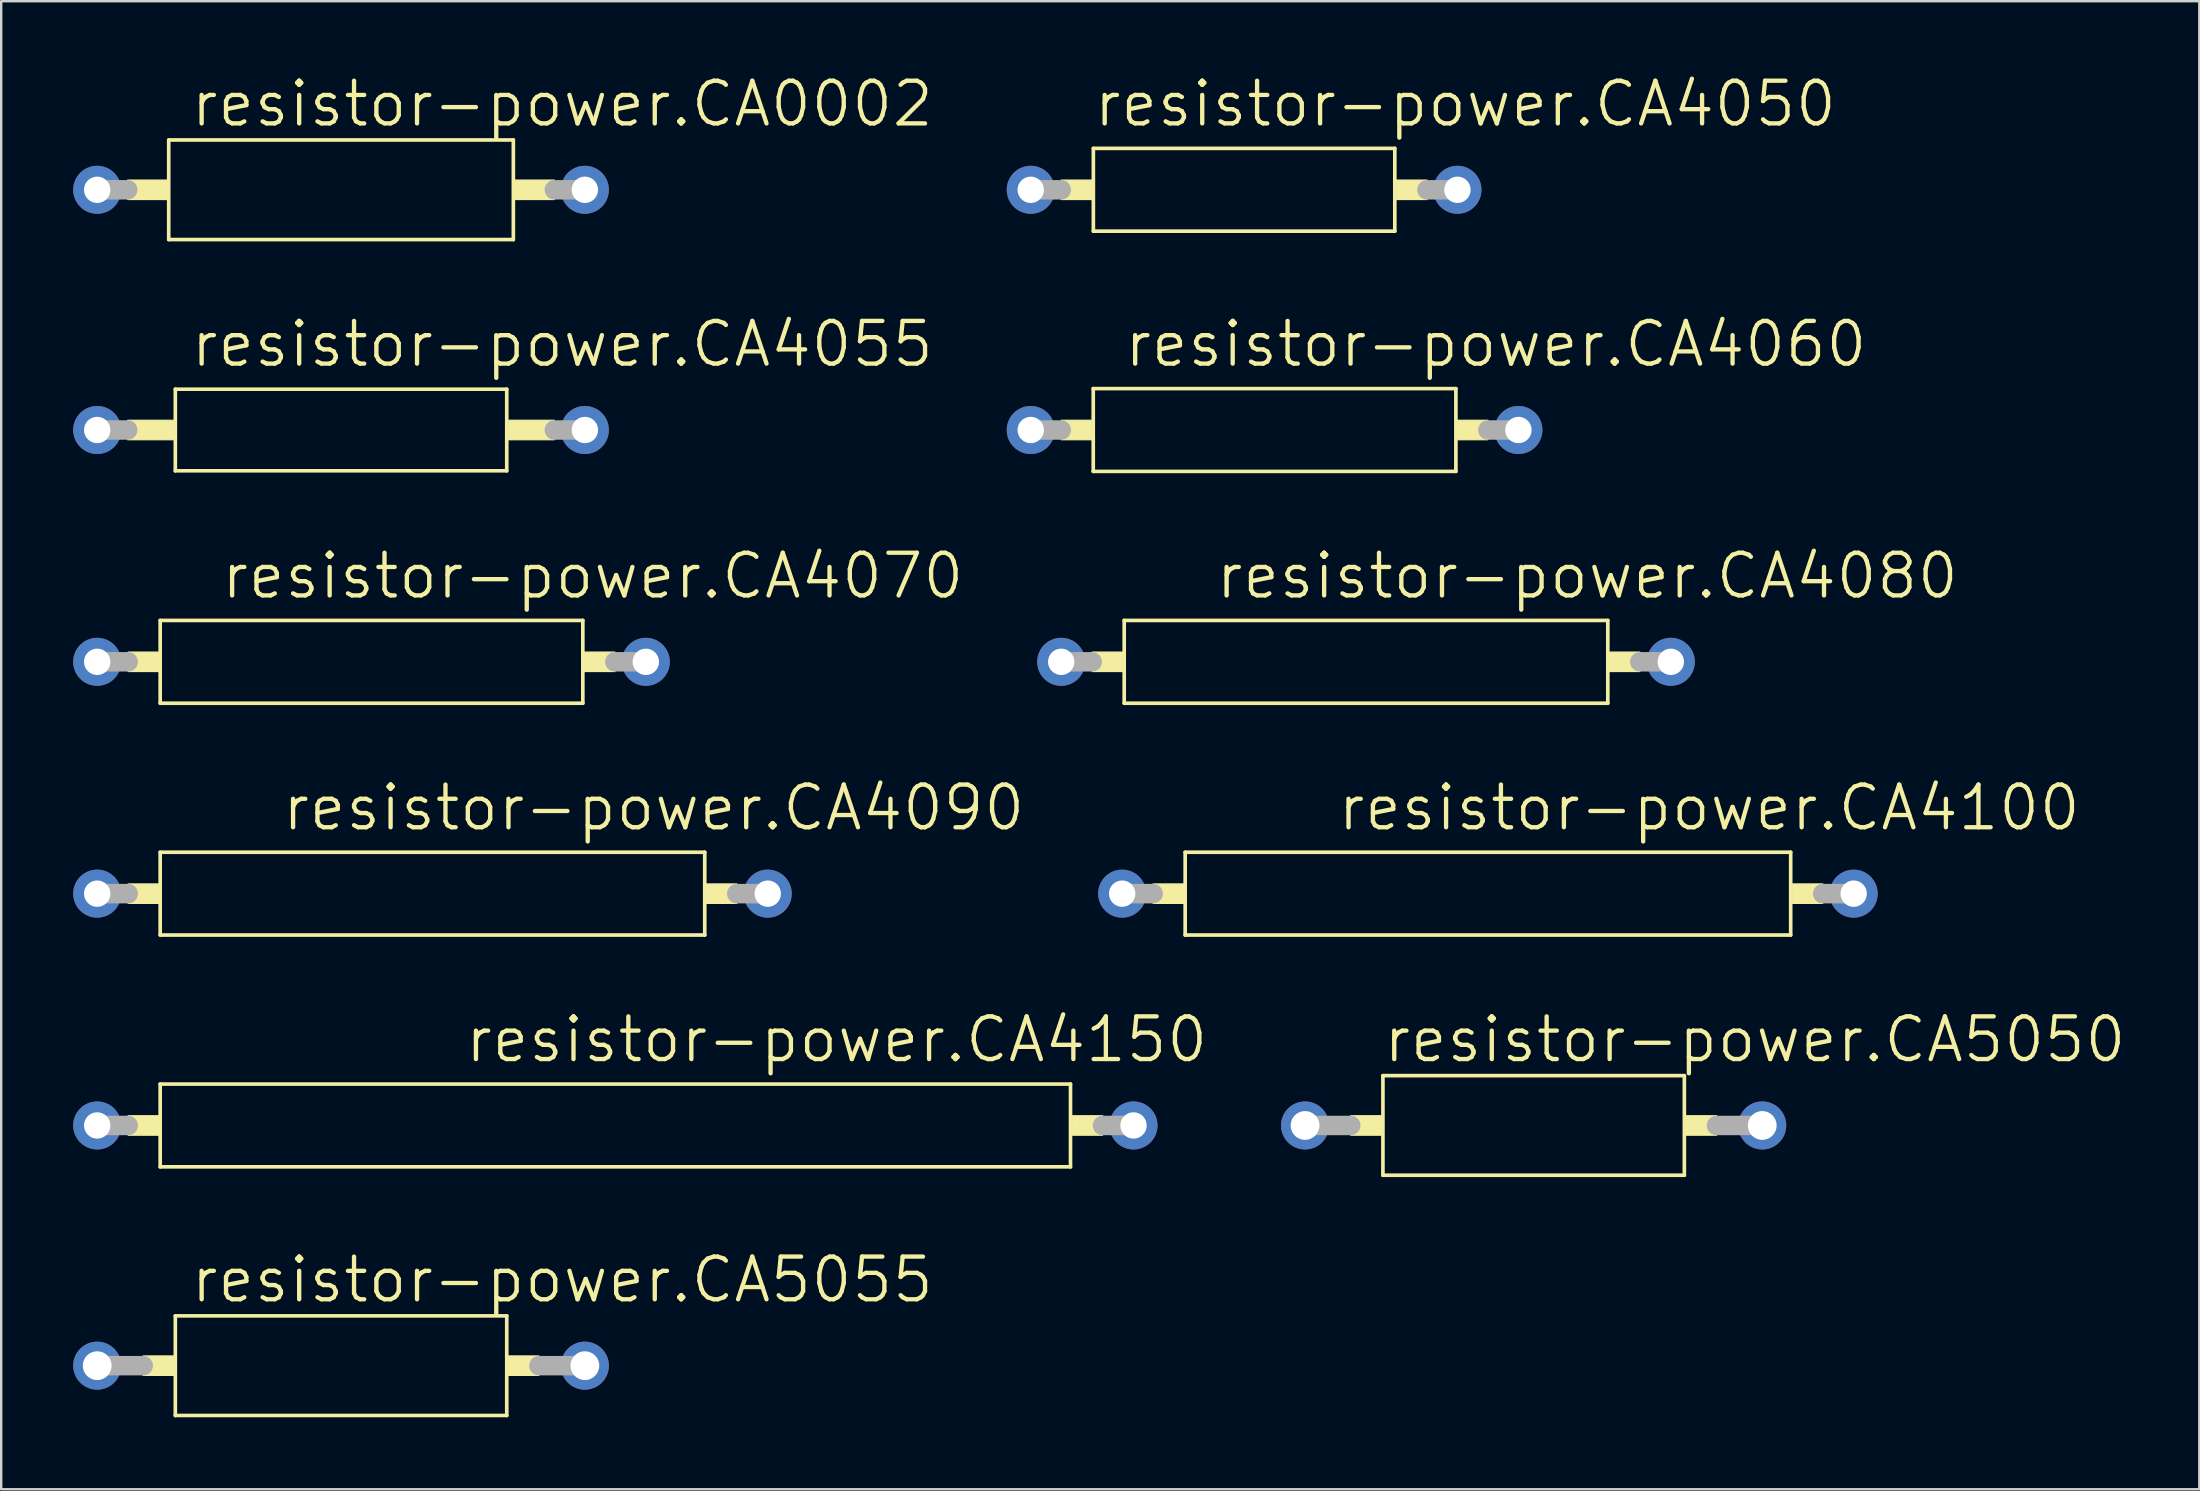
<source format=kicad_pcb>
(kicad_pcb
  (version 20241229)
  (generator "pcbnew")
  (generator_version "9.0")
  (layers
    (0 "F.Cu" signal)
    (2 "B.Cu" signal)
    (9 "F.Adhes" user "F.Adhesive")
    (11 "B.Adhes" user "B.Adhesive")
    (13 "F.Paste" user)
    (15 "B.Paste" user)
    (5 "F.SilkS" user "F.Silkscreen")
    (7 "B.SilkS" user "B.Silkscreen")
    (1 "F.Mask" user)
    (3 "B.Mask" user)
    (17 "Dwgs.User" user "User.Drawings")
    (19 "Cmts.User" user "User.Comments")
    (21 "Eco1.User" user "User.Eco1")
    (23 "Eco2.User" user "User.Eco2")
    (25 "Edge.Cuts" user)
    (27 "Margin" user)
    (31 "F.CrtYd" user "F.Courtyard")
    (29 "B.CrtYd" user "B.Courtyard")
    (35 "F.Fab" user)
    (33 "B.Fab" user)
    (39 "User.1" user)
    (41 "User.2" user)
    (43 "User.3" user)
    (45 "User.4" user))
  (footprint "resistor-power.CA4080"
    (layer "F.Cu")
    (at 53.868 24.526)
    (property "Reference" "resistor-power.CA4080" (at -6.35 -2.54 0) (layer "F.SilkS") (effects (font (size 1.778 1.778) (thickness 0.18)) (justify left bottom)))
    (attr through_hole)
    (fp_line (start -10.075 -1.725) (end -10.075 1.725) (stroke (width 0.152) (type default)) (layer "F.SilkS"))
    (fp_line (start -10.075 1.725) (end 10.075 1.725) (stroke (width 0.152) (type default)) (layer "F.SilkS"))
    (fp_line (start 10.075 -1.725) (end -10.075 -1.725) (stroke (width 0.152) (type default)) (layer "F.SilkS"))
    (fp_line (start 10.075 1.725) (end 10.075 -1.725) (stroke (width 0.152) (type default)) (layer "F.SilkS"))
    (fp_rect (start -11.41 0.406) (end -10.14 -0.406) (stroke (width 0.05) (type default)) (fill yes) (layer "F.SilkS"))
    (fp_rect (start 10.14 0.406) (end 11.41 -0.406) (stroke (width 0.05) (type default)) (fill yes) (layer "F.SilkS"))
    (fp_line (start -12.7 0) (end -11.41 0) (stroke (width 0.813) (type default)) (layer "F.Fab"))
    (fp_line (start 11.41 0) (end 12.7 0) (stroke (width 0.813) (type default)) (layer "F.Fab"))
    (pad "1" thru_hole circle (at -12.7 0) (size 2 2) (drill 1.1) (layers "*.Cu" "*.Mask"))
    (pad "2" thru_hole circle (at 12.7 0) (size 2 2) (drill 1.1) (layers "*.Cu" "*.Mask")))
  (footprint "resistor-power.CA4150"
    (layer "F.Cu")
    (at 22.59 43.845)
    (property "Reference" "resistor-power.CA4150" (at -6.35 -2.54 0) (layer "F.SilkS") (effects (font (size 1.778 1.778) (thickness 0.18)) (justify left bottom)))
    (attr through_hole)
    (fp_line (start -18.965 -1.725) (end -18.965 1.725) (stroke (width 0.152) (type default)) (layer "F.SilkS"))
    (fp_line (start -18.965 1.725) (end 18.965 1.725) (stroke (width 0.152) (type default)) (layer "F.SilkS"))
    (fp_line (start 18.965 -1.725) (end -18.965 -1.725) (stroke (width 0.152) (type default)) (layer "F.SilkS"))
    (fp_line (start 18.965 1.725) (end 18.965 -1.725) (stroke (width 0.152) (type default)) (layer "F.SilkS"))
    (fp_rect (start -20.3 0.406) (end -19.03 -0.406) (stroke (width 0.05) (type default)) (fill yes) (layer "F.SilkS"))
    (fp_rect (start 19.03 0.406) (end 20.3 -0.406) (stroke (width 0.05) (type default)) (fill yes) (layer "F.SilkS"))
    (fp_line (start -21.59 0) (end -20.3 0) (stroke (width 0.813) (type default)) (layer "F.Fab"))
    (fp_line (start 20.3 0) (end 21.59 0) (stroke (width 0.813) (type default)) (layer "F.Fab"))
    (pad "1" thru_hole circle (at -21.59 0) (size 2 2) (drill 1.1) (layers "*.Cu" "*.Mask"))
    (pad "2" thru_hole circle (at 21.59 0) (size 2 2) (drill 1.1) (layers "*.Cu" "*.Mask")))
  (footprint "resistor-power.CA5050"
    (layer "F.Cu")
    (at 60.853 43.845)
    (property "Reference" "resistor-power.CA5050" (at -6.35 -2.54 0) (layer "F.SilkS") (effects (font (size 1.778 1.778) (thickness 0.18)) (justify left bottom)))
    (attr through_hole)
    (fp_line (start -6.28 -2.075) (end -6.28 2.075) (stroke (width 0.152) (type default)) (layer "F.SilkS"))
    (fp_line (start -6.28 2.075) (end 6.28 2.075) (stroke (width 0.152) (type default)) (layer "F.SilkS"))
    (fp_line (start 6.28 -2.075) (end -6.28 -2.075) (stroke (width 0.152) (type default)) (layer "F.SilkS"))
    (fp_line (start 6.28 2.075) (end 6.28 -2.075) (stroke (width 0.152) (type default)) (layer "F.SilkS"))
    (fp_rect (start -7.62 0.406) (end -6.35 -0.406) (stroke (width 0.05) (type default)) (fill yes) (layer "F.SilkS"))
    (fp_rect (start 6.35 0.406) (end 7.62 -0.406) (stroke (width 0.05) (type default)) (fill yes) (layer "F.SilkS"))
    (fp_line (start -9.525 0) (end -7.62 0) (stroke (width 0.813) (type default)) (layer "F.Fab"))
    (fp_line (start 7.62 0) (end 9.525 0) (stroke (width 0.813) (type default)) (layer "F.Fab"))
    (pad "1" thru_hole circle (at -9.525 0) (size 2 2) (drill 1.2) (layers "*.Cu" "*.Mask"))
    (pad "2" thru_hole circle (at 9.525 0) (size 2 2) (drill 1.2) (layers "*.Cu" "*.Mask")))
  (footprint "resistor-power.CA4050"
    (layer "F.Cu")
    (at 48.788 4.858)
    (property "Reference" "resistor-power.CA4050" (at -6.35 -2.54 0) (layer "F.SilkS") (effects (font (size 1.778 1.778) (thickness 0.18)) (justify left bottom)))
    (attr through_hole)
    (fp_line (start -6.28 -1.725) (end -6.28 1.725) (stroke (width 0.152) (type default)) (layer "F.SilkS"))
    (fp_line (start -6.28 1.725) (end 6.28 1.725) (stroke (width 0.152) (type default)) (layer "F.SilkS"))
    (fp_line (start 6.28 -1.725) (end -6.28 -1.725) (stroke (width 0.152) (type default)) (layer "F.SilkS"))
    (fp_line (start 6.28 1.725) (end 6.28 -1.725) (stroke (width 0.152) (type default)) (layer "F.SilkS"))
    (fp_rect (start -7.62 0.406) (end -6.35 -0.406) (stroke (width 0.05) (type default)) (fill yes) (layer "F.SilkS"))
    (fp_rect (start 6.35 0.406) (end 7.62 -0.406) (stroke (width 0.05) (type default)) (fill yes) (layer "F.SilkS"))
    (fp_line (start -8.89 0) (end -7.62 0) (stroke (width 0.813) (type default)) (layer "F.Fab"))
    (fp_line (start 7.62 0) (end 8.89 0) (stroke (width 0.813) (type default)) (layer "F.Fab"))
    (pad "1" thru_hole circle (at -8.89 0) (size 2 2) (drill 1.1) (layers "*.Cu" "*.Mask"))
    (pad "2" thru_hole circle (at 8.89 0) (size 2 2) (drill 1.1) (layers "*.Cu" "*.Mask")))
  (footprint "resistor-power.CA4070"
    (layer "F.Cu")
    (at 12.43 24.526)
    (property "Reference" "resistor-power.CA4070" (at -6.35 -2.54 0) (layer "F.SilkS") (effects (font (size 1.778 1.778) (thickness 0.18)) (justify left bottom)))
    (attr through_hole)
    (fp_line (start -8.805 -1.725) (end -8.805 1.725) (stroke (width 0.152) (type default)) (layer "F.SilkS"))
    (fp_line (start -8.805 1.725) (end 8.805 1.725) (stroke (width 0.152) (type default)) (layer "F.SilkS"))
    (fp_line (start 8.805 -1.725) (end -8.805 -1.725) (stroke (width 0.152) (type default)) (layer "F.SilkS"))
    (fp_line (start 8.805 1.725) (end 8.805 -1.725) (stroke (width 0.152) (type default)) (layer "F.SilkS"))
    (fp_rect (start -10.14 0.406) (end -8.87 -0.406) (stroke (width 0.05) (type default)) (fill yes) (layer "F.SilkS"))
    (fp_rect (start 8.87 0.406) (end 10.14 -0.406) (stroke (width 0.05) (type default)) (fill yes) (layer "F.SilkS"))
    (fp_line (start -11.43 0) (end -10.14 0) (stroke (width 0.813) (type default)) (layer "F.Fab"))
    (fp_line (start 10.14 0) (end 11.43 0) (stroke (width 0.813) (type default)) (layer "F.Fab"))
    (pad "1" thru_hole circle (at -11.43 0) (size 2 2) (drill 1.1) (layers "*.Cu" "*.Mask"))
    (pad "2" thru_hole circle (at 11.43 0) (size 2 2) (drill 1.1) (layers "*.Cu" "*.Mask")))
  (footprint "resistor-power.CA4090"
    (layer "F.Cu")
    (at 14.97 34.186)
    (property "Reference" "resistor-power.CA4090" (at -6.35 -2.54 0) (layer "F.SilkS") (effects (font (size 1.778 1.778) (thickness 0.18)) (justify left bottom)))
    (attr through_hole)
    (fp_line (start -11.345 -1.725) (end -11.345 1.725) (stroke (width 0.152) (type default)) (layer "F.SilkS"))
    (fp_line (start -11.345 1.725) (end 11.345 1.725) (stroke (width 0.152) (type default)) (layer "F.SilkS"))
    (fp_line (start 11.345 -1.725) (end -11.345 -1.725) (stroke (width 0.152) (type default)) (layer "F.SilkS"))
    (fp_line (start 11.345 1.725) (end 11.345 -1.725) (stroke (width 0.152) (type default)) (layer "F.SilkS"))
    (fp_rect (start -12.68 0.406) (end -11.41 -0.406) (stroke (width 0.05) (type default)) (fill yes) (layer "F.SilkS"))
    (fp_rect (start 11.41 0.406) (end 12.68 -0.406) (stroke (width 0.05) (type default)) (fill yes) (layer "F.SilkS"))
    (fp_line (start -13.97 0) (end -12.68 0) (stroke (width 0.813) (type default)) (layer "F.Fab"))
    (fp_line (start 12.68 0) (end 13.97 0) (stroke (width 0.813) (type default)) (layer "F.Fab"))
    (pad "1" thru_hole circle (at -13.97 0) (size 2 2) (drill 1.1) (layers "*.Cu" "*.Mask"))
    (pad "2" thru_hole circle (at 13.97 0) (size 2 2) (drill 1.1) (layers "*.Cu" "*.Mask")))
  (footprint "resistor-power.CA4100"
    (layer "F.Cu")
    (at 58.948 34.186)
    (property "Reference" "resistor-power.CA4100" (at -6.35 -2.54 0) (layer "F.SilkS") (effects (font (size 1.778 1.778) (thickness 0.18)) (justify left bottom)))
    (attr through_hole)
    (fp_line (start -12.615 -1.725) (end -12.615 1.725) (stroke (width 0.152) (type default)) (layer "F.SilkS"))
    (fp_line (start -12.615 1.725) (end 12.615 1.725) (stroke (width 0.152) (type default)) (layer "F.SilkS"))
    (fp_line (start 12.615 -1.725) (end -12.615 -1.725) (stroke (width 0.152) (type default)) (layer "F.SilkS"))
    (fp_line (start 12.615 1.725) (end 12.615 -1.725) (stroke (width 0.152) (type default)) (layer "F.SilkS"))
    (fp_rect (start -13.95 0.406) (end -12.68 -0.406) (stroke (width 0.05) (type default)) (fill yes) (layer "F.SilkS"))
    (fp_rect (start 12.68 0.406) (end 13.95 -0.406) (stroke (width 0.05) (type default)) (fill yes) (layer "F.SilkS"))
    (fp_line (start -15.24 0) (end -13.95 0) (stroke (width 0.813) (type default)) (layer "F.Fab"))
    (fp_line (start 13.95 0) (end 15.24 0) (stroke (width 0.813) (type default)) (layer "F.Fab"))
    (pad "1" thru_hole circle (at -15.24 0) (size 2 2) (drill 1.1) (layers "*.Cu" "*.Mask"))
    (pad "2" thru_hole circle (at 15.24 0) (size 2 2) (drill 1.1) (layers "*.Cu" "*.Mask")))
  (footprint "resistor-power.CA0002"
    (layer "F.Cu")
    (at 11.16 4.858)
    (property "Reference" "resistor-power.CA0002" (at -6.35 -2.54 0) (layer "F.SilkS") (effects (font (size 1.778 1.778) (thickness 0.18)) (justify left bottom)))
    (attr through_hole)
    (fp_line (start -7.18 -2.075) (end -7.18 2.075) (stroke (width 0.152) (type default)) (layer "F.SilkS"))
    (fp_line (start -7.18 2.075) (end 7.18 2.075) (stroke (width 0.152) (type default)) (layer "F.SilkS"))
    (fp_line (start 7.18 -2.075) (end -7.18 -2.075) (stroke (width 0.152) (type default)) (layer "F.SilkS"))
    (fp_line (start 7.18 2.075) (end 7.18 -2.075) (stroke (width 0.152) (type default)) (layer "F.SilkS"))
    (fp_rect (start -8.89 0.406) (end -7.24 -0.406) (stroke (width 0.05) (type default)) (fill yes) (layer "F.SilkS"))
    (fp_rect (start 7.24 0.406) (end 8.89 -0.406) (stroke (width 0.05) (type default)) (fill yes) (layer "F.SilkS"))
    (fp_line (start -10.16 0) (end -8.89 0) (stroke (width 0.813) (type default)) (layer "F.Fab"))
    (fp_line (start 8.89 0) (end 10.16 0) (stroke (width 0.813) (type default)) (layer "F.Fab"))
    (pad "1" thru_hole circle (at -10.16 0) (size 2 2) (drill 1.1) (layers "*.Cu" "*.Mask"))
    (pad "2" thru_hole circle (at 10.16 0) (size 2 2) (drill 1.1) (layers "*.Cu" "*.Mask")))
  (footprint "resistor-power.CA4060"
    (layer "F.Cu")
    (at 50.058 14.867)
    (property "Reference" "resistor-power.CA4060" (at -6.35 -2.54 0) (layer "F.SilkS") (effects (font (size 1.778 1.778) (thickness 0.18)) (justify left bottom)))
    (attr through_hole)
    (fp_line (start -7.555 -1.725) (end -7.555 1.725) (stroke (width 0.152) (type default)) (layer "F.SilkS"))
    (fp_line (start -7.555 1.725) (end 7.555 1.725) (stroke (width 0.152) (type default)) (layer "F.SilkS"))
    (fp_line (start 7.555 -1.725) (end -7.555 -1.725) (stroke (width 0.152) (type default)) (layer "F.SilkS"))
    (fp_line (start 7.555 1.725) (end 7.555 -1.725) (stroke (width 0.152) (type default)) (layer "F.SilkS"))
    (fp_rect (start -8.89 0.406) (end -7.62 -0.406) (stroke (width 0.05) (type default)) (fill yes) (layer "F.SilkS"))
    (fp_rect (start 7.62 0.406) (end 8.89 -0.406) (stroke (width 0.05) (type default)) (fill yes) (layer "F.SilkS"))
    (fp_line (start -10.16 0) (end -8.89 0) (stroke (width 0.813) (type default)) (layer "F.Fab"))
    (fp_line (start 8.89 0) (end 10.16 0) (stroke (width 0.813) (type default)) (layer "F.Fab"))
    (pad "1" thru_hole circle (at -10.16 0) (size 2 2) (drill 1.1) (layers "*.Cu" "*.Mask"))
    (pad "2" thru_hole circle (at 10.16 0) (size 2 2) (drill 1.1) (layers "*.Cu" "*.Mask")))
  (footprint "resistor-power.CA4055"
    (layer "F.Cu")
    (at 11.16 14.867)
    (property "Reference" "resistor-power.CA4055" (at -6.35 -2.54 0) (layer "F.SilkS") (effects (font (size 1.778 1.778) (thickness 0.18)) (justify left bottom)))
    (attr through_hole)
    (fp_line (start -6.905 -1.7) (end -6.905 1.7) (stroke (width 0.152) (type default)) (layer "F.SilkS"))
    (fp_line (start -6.905 1.7) (end 6.905 1.7) (stroke (width 0.152) (type default)) (layer "F.SilkS"))
    (fp_line (start 6.905 -1.7) (end -6.905 -1.7) (stroke (width 0.152) (type default)) (layer "F.SilkS"))
    (fp_line (start 6.905 1.7) (end 6.905 -1.7) (stroke (width 0.152) (type default)) (layer "F.SilkS"))
    (fp_rect (start -8.89 0.406) (end -6.985 -0.406) (stroke (width 0.05) (type default)) (fill yes) (layer "F.SilkS"))
    (fp_rect (start 6.985 0.406) (end 8.89 -0.406) (stroke (width 0.05) (type default)) (fill yes) (layer "F.SilkS"))
    (fp_line (start -10.16 0) (end -8.89 0) (stroke (width 0.813) (type default)) (layer "F.Fab"))
    (fp_line (start 8.89 0) (end 10.16 0) (stroke (width 0.813) (type default)) (layer "F.Fab"))
    (pad "1" thru_hole circle (at -10.16 0) (size 2 2) (drill 1.1) (layers "*.Cu" "*.Mask"))
    (pad "2" thru_hole circle (at 10.16 0) (size 2 2) (drill 1.1) (layers "*.Cu" "*.Mask")))
  (footprint "resistor-power.CA5055"
    (layer "F.Cu")
    (at 11.16 53.854)
    (property "Reference" "resistor-power.CA5055" (at -6.35 -2.54 0) (layer "F.SilkS") (effects (font (size 1.778 1.778) (thickness 0.18)) (justify left bottom)))
    (attr through_hole)
    (fp_line (start -6.905 -2.075) (end -6.905 2.075) (stroke (width 0.152) (type default)) (layer "F.SilkS"))
    (fp_line (start -6.905 2.075) (end 6.905 2.075) (stroke (width 0.152) (type default)) (layer "F.SilkS"))
    (fp_line (start 6.905 -2.075) (end -6.905 -2.075) (stroke (width 0.152) (type default)) (layer "F.SilkS"))
    (fp_line (start 6.905 2.075) (end 6.905 -2.075) (stroke (width 0.152) (type default)) (layer "F.SilkS"))
    (fp_rect (start -8.245 0.406) (end -6.975 -0.406) (stroke (width 0.05) (type default)) (fill yes) (layer "F.SilkS"))
    (fp_rect (start 6.975 0.406) (end 8.245 -0.406) (stroke (width 0.05) (type default)) (fill yes) (layer "F.SilkS"))
    (fp_line (start -10.16 0) (end -8.245 0) (stroke (width 0.813) (type default)) (layer "F.Fab"))
    (fp_line (start 8.245 0) (end 10.16 0) (stroke (width 0.813) (type default)) (layer "F.Fab"))
    (pad "1" thru_hole circle (at -10.16 0) (size 2 2) (drill 1.2) (layers "*.Cu" "*.Mask"))
    (pad "2" thru_hole circle (at 10.16 0) (size 2 2) (drill 1.2) (layers "*.Cu" "*.Mask")))
  (gr_rect
    (start -3 -3)
    (end 88.59 59.005)
    (stroke (width 0.1) (type default))
    (fill no)
    (layer "Edge.Cuts")))
</source>
